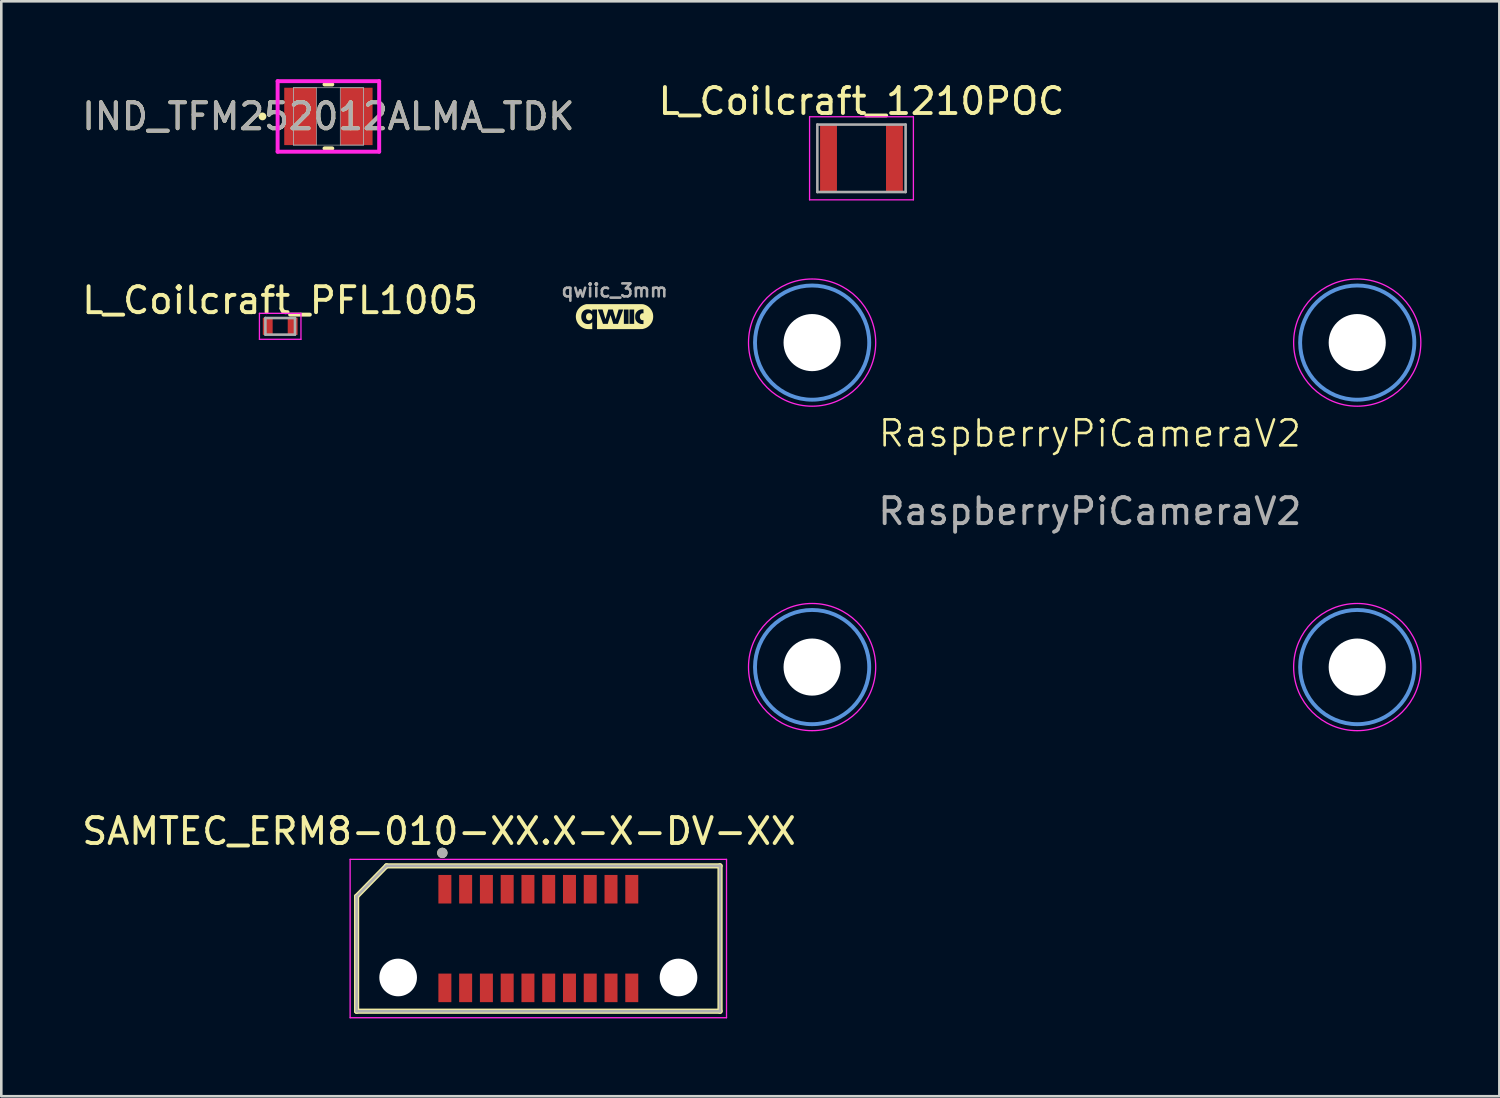
<source format=kicad_pcb>
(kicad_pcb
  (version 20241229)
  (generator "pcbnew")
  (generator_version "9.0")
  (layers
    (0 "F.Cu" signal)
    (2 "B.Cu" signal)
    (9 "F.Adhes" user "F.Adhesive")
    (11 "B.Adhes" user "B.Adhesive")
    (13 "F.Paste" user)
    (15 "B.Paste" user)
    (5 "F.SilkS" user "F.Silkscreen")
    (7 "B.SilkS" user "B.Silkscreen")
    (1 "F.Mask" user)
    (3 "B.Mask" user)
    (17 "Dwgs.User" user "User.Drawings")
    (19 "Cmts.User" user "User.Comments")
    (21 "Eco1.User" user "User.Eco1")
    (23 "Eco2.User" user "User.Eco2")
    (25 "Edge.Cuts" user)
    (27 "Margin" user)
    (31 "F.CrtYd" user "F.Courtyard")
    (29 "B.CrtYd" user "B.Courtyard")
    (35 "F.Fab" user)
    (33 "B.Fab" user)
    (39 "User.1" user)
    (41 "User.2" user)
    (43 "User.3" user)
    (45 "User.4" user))
  (footprint "qwiic_3mm"
    (layer "F.Cu")
    (at 20.624 9.141)
    (property "Reference" "qwiic_3mm" (at 0 -1 0) (layer "F.Fab") (effects (font (size 0.5 0.5) (thickness 0.1))))
    (attr board_only exclude_from_pos_files exclude_from_bom)
    (fp_poly (pts (xy -0.951 -0.124) (xy -0.928 -0.117) (xy -0.908 -0.103) (xy -0.902 -0.099) (xy -0.883 -0.078) (xy -0.87 -0.055) (xy -0.862 -0.027) (xy -0.859 0.005) (xy -0.86 0.024) (xy -0.861 0.042) (xy -0.863 0.055) (xy -0.866 0.066) (xy -0.872 0.078) (xy -0.875 0.086) (xy -0.891 0.111) (xy -0.91 0.129) (xy -0.932 0.142) (xy -0.959 0.149) (xy -0.973 0.151) (xy -0.988 0.151) (xy -1.003 0.149) (xy -1.008 0.147) (xy -1.035 0.136) (xy -1.058 0.12) (xy -1.076 0.098) (xy -1.088 0.072) (xy -1.095 0.041) (xy -1.097 0.023) (xy -1.097 -0.011) (xy -1.091 -0.042) (xy -1.08 -0.068) (xy -1.063 -0.09) (xy -1.054 -0.1) (xy -1.033 -0.114) (xy -1.01 -0.123) (xy -0.984 -0.127) (xy -0.978 -0.127)) (stroke (width 0) (type solid)) (fill yes) (layer "F.SilkS"))
    (fp_poly (pts (xy 0.103 -0.476) (xy 0.201 -0.476) (xy 0.292 -0.476) (xy 0.377 -0.476) (xy 0.455 -0.476) (xy 0.527 -0.476) (xy 0.594 -0.476) (xy 0.655 -0.476) (xy 0.711 -0.476) (xy 0.762 -0.476) (xy 0.808 -0.476) (xy 0.85 -0.476) (xy 0.887 -0.476) (xy 0.92 -0.476) (xy 0.95 -0.475) (xy 0.976 -0.475) (xy 0.999 -0.475) (xy 1.018 -0.475) (xy 1.035 -0.474) (xy 1.05 -0.474) (xy 1.062 -0.474) (xy 1.072 -0.473) (xy 1.08 -0.473) (xy 1.087 -0.472) (xy 1.093 -0.472) (xy 1.097 -0.471) (xy 1.101 -0.471) (xy 1.104 -0.47) (xy 1.107 -0.47) (xy 1.166 -0.452) (xy 1.221 -0.429) (xy 1.272 -0.4) (xy 1.318 -0.366) (xy 1.36 -0.326) (xy 1.397 -0.281) (xy 1.429 -0.231) (xy 1.436 -0.218) (xy 1.459 -0.168) (xy 1.475 -0.118) (xy 1.485 -0.066) (xy 1.489 -0.012) (xy 1.489 0.003) (xy 1.486 0.064) (xy 1.476 0.121) (xy 1.46 0.175) (xy 1.437 0.227) (xy 1.407 0.275) (xy 1.37 0.322) (xy 1.355 0.339) (xy 1.314 0.377) (xy 1.27 0.41) (xy 1.224 0.437) (xy 1.174 0.458) (xy 1.118 0.475) (xy 1.102 0.479) (xy 1.067 0.487) (xy 0.197 0.488) (xy -0.674 0.489) (xy -0.674 0.111) (xy -0.674 -0.266) (xy -0.644 -0.266) (xy -0.544 0.01) (xy -0.444 0.286) (xy -0.353 0.286) (xy -0.262 0.286) (xy -0.21 0.119) (xy -0.2 0.085) (xy -0.19 0.054) (xy -0.181 0.025) (xy -0.173 0.000278) (xy -0.166 -0.021) (xy -0.161 -0.037) (xy -0.158 -0.047) (xy -0.156 -0.052) (xy -0.156 -0.052) (xy -0.154 -0.049) (xy -0.151 -0.04) (xy -0.146 -0.025) (xy -0.139 -0.005) (xy -0.132 0.019) (xy -0.123 0.046) (xy -0.113 0.077) (xy -0.103 0.11) (xy -0.101 0.116) (xy -0.049 0.286) (xy 0.042 0.286) (xy 0.132 0.286) (xy 0.233 0.011) (xy 0.248 -0.031) (xy 0.263 -0.072) (xy 0.277 -0.11) (xy 0.29 -0.145) (xy 0.302 -0.177) (xy 0.312 -0.205) (xy 0.32 -0.228) (xy 0.326 -0.246) (xy 0.331 -0.259) (xy 0.333 -0.265) (xy 0.333 -0.266) (xy 0.33 -0.266) (xy 0.32 -0.267) (xy 0.305 -0.268) (xy 0.286 -0.268) (xy 0.263 -0.268) (xy 0.245 -0.268) (xy 0.359 -0.268) (xy 0.359 0.009) (xy 0.359 0.286) (xy 0.449 0.286) (xy 0.54 0.286) (xy 0.54 0.009) (xy 0.54 -0.268) (xy 0.576 -0.268) (xy 0.576 0.009) (xy 0.576 0.286) (xy 0.667 0.286) (xy 0.757 0.286) (xy 0.757 0.011) (xy 0.795 0.011) (xy 0.796 0.04) (xy 0.797 0.064) (xy 0.8 0.084) (xy 0.804 0.102) (xy 0.81 0.12) (xy 0.819 0.14) (xy 0.825 0.152) (xy 0.846 0.187) (xy 0.873 0.218) (xy 0.905 0.243) (xy 0.93 0.258) (xy 0.963 0.273) (xy 0.995 0.284) (xy 1.027 0.29) (xy 1.063 0.292) (xy 1.08 0.292) (xy 1.114 0.292) (xy 1.115 0.219) (xy 1.116 0.146) (xy 1.084 0.144) (xy 1.058 0.141) (xy 1.037 0.134) (xy 1.02 0.123) (xy 1.009 0.112) (xy 0.994 0.089) (xy 0.983 0.062) (xy 0.977 0.033) (xy 0.976 0.004) (xy 0.979 -0.025) (xy 0.987 -0.053) (xy 0.999 -0.077) (xy 1.016 -0.097) (xy 1.033 -0.11) (xy 1.051 -0.118) (xy 1.072 -0.122) (xy 1.088 -0.123) (xy 1.116 -0.123) (xy 1.115 -0.198) (xy 1.114 -0.274) (xy 1.069 -0.273) (xy 1.033 -0.271) (xy 1.001 -0.266) (xy 0.971 -0.258) (xy 0.941 -0.245) (xy 0.935 -0.242) (xy 0.906 -0.224) (xy 0.878 -0.201) (xy 0.853 -0.174) (xy 0.833 -0.146) (xy 0.827 -0.136) (xy 0.816 -0.112) (xy 0.807 -0.09) (xy 0.801 -0.069) (xy 0.798 -0.046) (xy 0.796 -0.019) (xy 0.795 0.011) (xy 0.757 0.011) (xy 0.757 0.009) (xy 0.757 -0.268) (xy 0.667 -0.268) (xy 0.576 -0.268) (xy 0.54 -0.268) (xy 0.449 -0.268) (xy 0.359 -0.268) (xy 0.245 -0.268) (xy 0.157 -0.268) (xy 0.105 -0.091) (xy 0.095 -0.057) (xy 0.085 -0.024) (xy 0.076 0.006) (xy 0.068 0.034) (xy 0.061 0.057) (xy 0.056 0.075) (xy 0.052 0.088) (xy 0.049 0.095) (xy 0.049 0.096) (xy 0.048 0.098) (xy 0.048 0.099) (xy 0.046 0.098) (xy 0.045 0.097) (xy 0.043 0.093) (xy 0.041 0.087) (xy 0.038 0.078) (xy 0.034 0.066) (xy 0.029 0.05) (xy 0.023 0.03) (xy 0.016 0.006) (xy 0.007 -0.023) (xy -0.003 -0.057) (xy -0.015 -0.097) (xy -0.028 -0.143) (xy -0.043 -0.196) (xy -0.046 -0.207) (xy -0.064 -0.266) (xy -0.151 -0.267) (xy -0.239 -0.268) (xy -0.248 -0.238) (xy -0.251 -0.228) (xy -0.255 -0.212) (xy -0.261 -0.191) (xy -0.269 -0.166) (xy -0.277 -0.137) (xy -0.286 -0.106) (xy -0.296 -0.073) (xy -0.301 -0.054) (xy -0.31 -0.022) (xy -0.319 0.008) (xy -0.327 0.035) (xy -0.334 0.058) (xy -0.34 0.078) (xy -0.344 0.092) (xy -0.347 0.1) (xy -0.348 0.102) (xy -0.349 0.1) (xy -0.352 0.09) (xy -0.357 0.075) (xy -0.364 0.056) (xy -0.371 0.031) (xy -0.38 0.003) (xy -0.389 -0.028) (xy -0.399 -0.062) (xy -0.404 -0.078) (xy -0.414 -0.113) (xy -0.424 -0.146) (xy -0.433 -0.176) (xy -0.441 -0.203) (xy -0.448 -0.226) (xy -0.453 -0.244) (xy -0.457 -0.257) (xy -0.46 -0.263) (xy -0.46 -0.264) (xy -0.464 -0.266) (xy -0.474 -0.267) (xy -0.49 -0.267) (xy -0.513 -0.267) (xy -0.542 -0.267) (xy -0.553 -0.267) (xy -0.644 -0.266) (xy -0.674 -0.266) (xy -0.674 -0.268) (xy -0.766 -0.268) (xy -0.859 -0.268) (xy -0.859 -0.233) (xy -0.859 -0.198) (xy -0.878 -0.216) (xy -0.906 -0.24) (xy -0.937 -0.257) (xy -0.957 -0.265) (xy -0.975 -0.269) (xy -0.999 -0.272) (xy -1.025 -0.274) (xy -1.051 -0.273) (xy -1.076 -0.271) (xy -1.097 -0.267) (xy -1.098 -0.267) (xy -1.137 -0.252) (xy -1.173 -0.232) (xy -1.204 -0.205) (xy -1.231 -0.174) (xy -1.251 -0.14) (xy -1.265 -0.106) (xy -1.275 -0.068) (xy -1.28 -0.027) (xy -1.282 0.014) (xy -1.28 0.044) (xy -1.276 0.074) (xy -1.271 0.098) (xy -1.265 0.12) (xy -1.256 0.142) (xy -1.248 0.159) (xy -1.227 0.194) (xy -1.202 0.224) (xy -1.172 0.249) (xy -1.141 0.267) (xy -1.102 0.283) (xy -1.06 0.291) (xy -1.023 0.293) (xy -0.983 0.29) (xy -0.947 0.281) (xy -0.914 0.265) (xy -0.885 0.243) (xy -0.88 0.239) (xy -0.859 0.218) (xy -0.859 0.354) (xy -0.859 0.489) (xy -0.947 0.489) (xy -0.972 0.488) (xy -0.996 0.488) (xy -1.017 0.488) (xy -1.033 0.487) (xy -1.045 0.487) (xy -1.049 0.487) (xy -1.106 0.478) (xy -1.161 0.463) (xy -1.214 0.441) (xy -1.263 0.414) (xy -1.309 0.382) (xy -1.351 0.344) (xy -1.389 0.302) (xy -1.421 0.256) (xy -1.447 0.206) (xy -1.457 0.183) (xy -1.475 0.128) (xy -1.486 0.073) (xy -1.491 0.018) (xy -1.49 -0.036) (xy -1.481 -0.096) (xy -1.465 -0.153) (xy -1.443 -0.206) (xy -1.415 -0.256) (xy -1.38 -0.303) (xy -1.342 -0.345) (xy -1.297 -0.383) (xy -1.25 -0.414) (xy -1.199 -0.44) (xy -1.144 -0.46) (xy -1.121 -0.467) (xy -1.082 -0.476) (xy -0.002 -0.476)) (stroke (width 0) (type solid)) (fill yes) (layer "F.SilkS")))
  (footprint "L_Coilcraft_PFL1005"
    (layer "F.Cu")
    (at 7.744 9.521)
    (property "Reference" "L_Coilcraft_PFL1005" (at 0 -1 0) (unlocked yes) (layer "F.SilkS") (effects (font (size 1 1) (thickness 0.15))))
    (attr smd)
    (fp_line (start -0.8 -0.5) (end 0.8 -0.5) (stroke (width 0.05) (type default)) (layer "F.CrtYd"))
    (fp_line (start -0.8 0.5) (end -0.8 -0.5) (stroke (width 0.05) (type default)) (layer "F.CrtYd"))
    (fp_line (start 0.8 -0.5) (end 0.8 0.5) (stroke (width 0.05) (type default)) (layer "F.CrtYd"))
    (fp_line (start 0.8 0.5) (end -0.8 0.5) (stroke (width 0.05) (type default)) (layer "F.CrtYd"))
    (fp_line (start -0.57 -0.32) (end 0.57 -0.32) (stroke (width 0.1) (type default)) (layer "F.Fab"))
    (fp_line (start -0.57 0.32) (end -0.57 -0.32) (stroke (width 0.1) (type default)) (layer "F.Fab"))
    (fp_line (start -0.57 0.32) (end 0.57 0.32) (stroke (width 0.1) (type default)) (layer "F.Fab"))
    (fp_line (start 0.57 -0.32) (end 0.57 0.32) (stroke (width 0.1) (type default)) (layer "F.Fab"))
    (pad "1" smd rect (at -0.48 0 90) (size 0.66 0.38) (layers "F.Cu" "F.Mask" "F.Paste"))
    (pad "2" smd rect (at 0.48 0 90) (size 0.66 0.38) (layers "F.Cu" "F.Mask" "F.Paste")))
  (footprint "IND_TFM252012ALMA_TDK"
    (layer "F.Cu")
    (at 9.601 1.435)
    (property "Reference" "IND_TFM252012ALMA_TDK" (at 0 0 0) (unlocked yes) (layer "F.SilkS") (effects (font (size 1 1) (thickness 0.15))))
    (attr smd)
    (fp_line (start -0.15 1.232) (end 0.15 1.232) (stroke (width 0.152) (type solid)) (layer "F.SilkS"))
    (fp_line (start 0.15 -1.232) (end -0.15 -1.232) (stroke (width 0.152) (type solid)) (layer "F.SilkS"))
    (fp_circle (center -2.54 0) (end -2.464 0) (stroke (width 0.152) (type solid)) (fill no) (layer "F.SilkS"))
    (fp_line (start -1.956 -1.359) (end 1.956 -1.359) (stroke (width 0.152) (type solid)) (layer "F.CrtYd"))
    (fp_line (start -1.956 1.359) (end -1.956 -1.359) (stroke (width 0.152) (type solid)) (layer "F.CrtYd"))
    (fp_line (start 1.956 -1.359) (end 1.956 1.359) (stroke (width 0.152) (type solid)) (layer "F.CrtYd"))
    (fp_line (start 1.956 1.359) (end -1.956 1.359) (stroke (width 0.152) (type solid)) (layer "F.CrtYd"))
    (fp_line (start -1.346 -1.105) (end -1.346 1.105) (stroke (width 0.025) (type solid)) (layer "F.Fab"))
    (fp_line (start -1.346 -1.105) (end -1.346 1.105) (stroke (width 0.025) (type solid)) (layer "F.Fab"))
    (fp_line (start -1.346 1.105) (end -0.457 1.105) (stroke (width 0.025) (type solid)) (layer "F.Fab"))
    (fp_line (start -1.346 1.105) (end 1.346 1.105) (stroke (width 0.025) (type solid)) (layer "F.Fab"))
    (fp_line (start -0.457 -1.105) (end -1.346 -1.105) (stroke (width 0.025) (type solid)) (layer "F.Fab"))
    (fp_line (start -0.457 1.105) (end -0.457 -1.105) (stroke (width 0.025) (type solid)) (layer "F.Fab"))
    (fp_line (start 0.457 -1.105) (end 0.457 1.105) (stroke (width 0.025) (type solid)) (layer "F.Fab"))
    (fp_line (start 0.457 1.105) (end 1.346 1.105) (stroke (width 0.025) (type solid)) (layer "F.Fab"))
    (fp_line (start 1.346 -1.105) (end -1.346 -1.105) (stroke (width 0.025) (type solid)) (layer "F.Fab"))
    (fp_line (start 1.346 -1.105) (end 0.457 -1.105) (stroke (width 0.025) (type solid)) (layer "F.Fab"))
    (fp_line (start 1.346 1.105) (end 1.346 -1.105) (stroke (width 0.025) (type solid)) (layer "F.Fab"))
    (fp_line (start 1.346 1.105) (end 1.346 -1.105) (stroke (width 0.025) (type solid)) (layer "F.Fab"))
    (fp_circle (center -0.953 0) (end -0.876 0) (stroke (width 0.025) (type solid)) (fill no) (layer "F.Fab"))
    (fp_text user "${REFERENCE}" (at 0 0 0) (unlocked yes) (layer "F.Fab") (effects (font (size 1 1) (thickness 0.15))))
    (pad "1" smd rect (at -1.079 0) (size 1.245 2.21) (layers "F.Cu" "F.Mask" "F.Paste"))
    (pad "2" smd rect (at 1.079 0) (size 1.245 2.21) (layers "F.Cu" "F.Mask" "F.Paste"))
    (zone (net_name "") (layer "F.Cu") (hatch full 0.508) (connect_pads) (min_thickness 0.254) (filled_areas_thickness no) (keepout (tracks not_allowed) (vias not_allowed) (pads allowed) (copperpour not_allowed) (footprints allowed)) (placement (enabled no)) (fill) (polygon (pts (xy 9.195 0.381) (xy 10.008 0.381) (xy 10.008 2.489) (xy 9.195 2.489)))))
  (footprint "RaspberryPiCameraV2"
    (layer "F.Cu")
    (at 38.735 8.148)
    (property "Reference" "RaspberryPiCameraV2" (at 0.2 5.5 0) (unlocked yes) (layer "F.SilkS") (effects (font (size 1 1) (thickness 0.1))))
    (fp_circle (center -10.5 2) (end -8.3 2) (stroke (width 0.15) (type solid)) (fill no) (layer "Cmts.User"))
    (fp_circle (center -10.5 14.5) (end -8.3 14.5) (stroke (width 0.15) (type solid)) (fill no) (layer "Cmts.User"))
    (fp_circle (center 10.5 2) (end 12.7 2) (stroke (width 0.15) (type solid)) (fill no) (layer "Cmts.User"))
    (fp_circle (center 10.5 14.5) (end 12.7 14.5) (stroke (width 0.15) (type solid)) (fill no) (layer "Cmts.User"))
    (fp_circle (center -10.5 2) (end -8.05 2) (stroke (width 0.05) (type solid)) (fill no) (layer "F.CrtYd"))
    (fp_circle (center -10.5 14.5) (end -8.05 14.5) (stroke (width 0.05) (type solid)) (fill no) (layer "F.CrtYd"))
    (fp_circle (center 10.5 2) (end 12.95 2) (stroke (width 0.05) (type solid)) (fill no) (layer "F.CrtYd"))
    (fp_circle (center 10.5 14.5) (end 12.95 14.5) (stroke (width 0.05) (type solid)) (fill no) (layer "F.CrtYd"))
    (fp_text user "${REFERENCE}" (at 0.2 8.5 0) (unlocked yes) (layer "F.Fab") (effects (font (size 1 1) (thickness 0.15))))
    (pad "" np_thru_hole circle (at -10.5 2) (size 2.2 2.2) (drill 2.2) (layers "*.Cu" "*.Mask"))
    (pad "" np_thru_hole circle (at -10.5 14.5) (size 2.2 2.2) (drill 2.2) (layers "*.Cu" "*.Mask"))
    (pad "" np_thru_hole circle (at 10.5 2) (size 2.2 2.2) (drill 2.2) (layers "*.Cu" "*.Mask"))
    (pad "" np_thru_hole circle (at 10.5 14.5) (size 2.2 2.2) (drill 2.2) (layers "*.Cu" "*.Mask")))
  (footprint "SAMTEC_ERM8-010-XX.X-X-DV-XX"
    (layer "F.Cu")
    (at 17.688 33.106)
    (property "Reference" "SAMTEC_ERM8-010-XX.X-X-DV-XX" (at -3.825 -4.135 0) (layer "F.SilkS") (effects (font (size 1 1) (thickness 0.15))))
    (attr smd)
    (fp_line (start -7 -1.625) (end -5.85 -2.8) (stroke (width 0.2) (type solid)) (layer "F.SilkS"))
    (fp_line (start -7 2.8) (end -7 -1.625) (stroke (width 0.2) (type solid)) (layer "F.SilkS"))
    (fp_line (start -5.85 -2.8) (end 7 -2.8) (stroke (width 0.2) (type solid)) (layer "F.SilkS"))
    (fp_line (start 7 -2.8) (end 7 2.8) (stroke (width 0.2) (type solid)) (layer "F.SilkS"))
    (fp_line (start 7 2.8) (end -7 2.8) (stroke (width 0.2) (type solid)) (layer "F.SilkS"))
    (fp_circle (center -3.698 -3.3) (end -3.598 -3.3) (stroke (width 0.2) (type solid)) (fill no) (layer "F.SilkS"))
    (fp_line (start -7.25 -3.05) (end 7.25 -3.05) (stroke (width 0.05) (type solid)) (layer "F.CrtYd"))
    (fp_line (start -7.25 3.05) (end -7.25 -3.05) (stroke (width 0.05) (type solid)) (layer "F.CrtYd"))
    (fp_line (start 7.25 -3.05) (end 7.25 3.05) (stroke (width 0.05) (type solid)) (layer "F.CrtYd"))
    (fp_line (start 7.25 3.05) (end -7.25 3.05) (stroke (width 0.05) (type solid)) (layer "F.CrtYd"))
    (fp_line (start -7 -1.625) (end -5.85 -2.8) (stroke (width 0.1) (type solid)) (layer "F.Fab"))
    (fp_line (start -7 2.8) (end -7 -1.625) (stroke (width 0.1) (type solid)) (layer "F.Fab"))
    (fp_line (start -5.85 -2.8) (end 7 -2.8) (stroke (width 0.1) (type solid)) (layer "F.Fab"))
    (fp_line (start 7 -2.8) (end 7 2.8) (stroke (width 0.1) (type solid)) (layer "F.Fab"))
    (fp_line (start 7 2.8) (end -7 2.8) (stroke (width 0.1) (type solid)) (layer "F.Fab"))
    (fp_circle (center -3.698 -3.3) (end -3.598 -3.3) (stroke (width 0.2) (type solid)) (fill no) (layer "F.Fab"))
    (pad "" np_thru_hole circle (at -5.4 1.5) (size 1.45 1.45) (drill 1.45) (layers "*.Cu" "*.Mask"))
    (pad "" np_thru_hole circle (at 5.4 1.5) (size 1.45 1.45) (drill 1.45) (layers "*.Cu" "*.Mask"))
    (pad "01" smd rect (at -3.6 -1.9) (size 0.5 1.1) (layers "F.Cu" "F.Mask" "F.Paste"))
    (pad "02" smd rect (at -3.6 1.9) (size 0.5 1.1) (layers "F.Cu" "F.Mask" "F.Paste"))
    (pad "03" smd rect (at -2.8 -1.9) (size 0.5 1.1) (layers "F.Cu" "F.Mask" "F.Paste"))
    (pad "04" smd rect (at -2.8 1.9) (size 0.5 1.1) (layers "F.Cu" "F.Mask" "F.Paste"))
    (pad "05" smd rect (at -2 -1.9) (size 0.5 1.1) (layers "F.Cu" "F.Mask" "F.Paste"))
    (pad "06" smd rect (at -2 1.9) (size 0.5 1.1) (layers "F.Cu" "F.Mask" "F.Paste"))
    (pad "07" smd rect (at -1.2 -1.9) (size 0.5 1.1) (layers "F.Cu" "F.Mask" "F.Paste"))
    (pad "08" smd rect (at -1.2 1.9) (size 0.5 1.1) (layers "F.Cu" "F.Mask" "F.Paste"))
    (pad "09" smd rect (at -0.4 -1.9) (size 0.5 1.1) (layers "F.Cu" "F.Mask" "F.Paste"))
    (pad "10" smd rect (at -0.4 1.9) (size 0.5 1.1) (layers "F.Cu" "F.Mask" "F.Paste"))
    (pad "11" smd rect (at 0.4 -1.9) (size 0.5 1.1) (layers "F.Cu" "F.Mask" "F.Paste"))
    (pad "12" smd rect (at 0.4 1.9) (size 0.5 1.1) (layers "F.Cu" "F.Mask" "F.Paste"))
    (pad "13" smd rect (at 1.2 -1.9) (size 0.5 1.1) (layers "F.Cu" "F.Mask" "F.Paste"))
    (pad "14" smd rect (at 1.2 1.9) (size 0.5 1.1) (layers "F.Cu" "F.Mask" "F.Paste"))
    (pad "15" smd rect (at 2 -1.9) (size 0.5 1.1) (layers "F.Cu" "F.Mask" "F.Paste"))
    (pad "16" smd rect (at 2 1.9) (size 0.5 1.1) (layers "F.Cu" "F.Mask" "F.Paste"))
    (pad "17" smd rect (at 2.8 -1.9) (size 0.5 1.1) (layers "F.Cu" "F.Mask" "F.Paste"))
    (pad "18" smd rect (at 2.8 1.9) (size 0.5 1.1) (layers "F.Cu" "F.Mask" "F.Paste"))
    (pad "19" smd rect (at 3.6 -1.9) (size 0.5 1.1) (layers "F.Cu" "F.Mask" "F.Paste"))
    (pad "20" smd rect (at 3.6 1.9) (size 0.5 1.1) (layers "F.Cu" "F.Mask" "F.Paste")))
  (footprint "L_Coilcraft_1210POC"
    (layer "F.Cu")
    (at 30.137 3.048)
    (property "Reference" "L_Coilcraft_1210POC" (at 0 -2.2 0) (unlocked yes) (layer "F.SilkS") (effects (font (size 1 1) (thickness 0.15))))
    (attr smd)
    (fp_line (start -2 -1.6) (end 2 -1.6) (stroke (width 0.05) (type default)) (layer "F.CrtYd"))
    (fp_line (start -2 1.6) (end -2 -1.6) (stroke (width 0.05) (type default)) (layer "F.CrtYd"))
    (fp_line (start 2 -1.6) (end 2 1.6) (stroke (width 0.05) (type default)) (layer "F.CrtYd"))
    (fp_line (start 2 1.6) (end -2 1.6) (stroke (width 0.05) (type default)) (layer "F.CrtYd"))
    (fp_line (start -1.7 -1.3) (end -1.7 1.3) (stroke (width 0.1) (type default)) (layer "F.Fab"))
    (fp_line (start -1.7 1.3) (end 1.7 1.3) (stroke (width 0.1) (type default)) (layer "F.Fab"))
    (fp_line (start 1.7 -1.3) (end -1.7 -1.3) (stroke (width 0.1) (type default)) (layer "F.Fab"))
    (fp_line (start 1.7 1.3) (end 1.7 -1.3) (stroke (width 0.1) (type default)) (layer "F.Fab"))
    (pad "1" smd rect (at -1.27 0 90) (size 2.65 0.65) (layers "F.Cu" "F.Mask" "F.Paste"))
    (pad "2" smd rect (at 1.27 0 90) (size 2.65 0.65) (layers "F.Cu" "F.Mask" "F.Paste")))
  (gr_rect
    (start -3 -3)
    (end 54.71 39.181)
    (stroke (width 0.1) (type default))
    (fill no)
    (layer "Edge.Cuts")))
</source>
